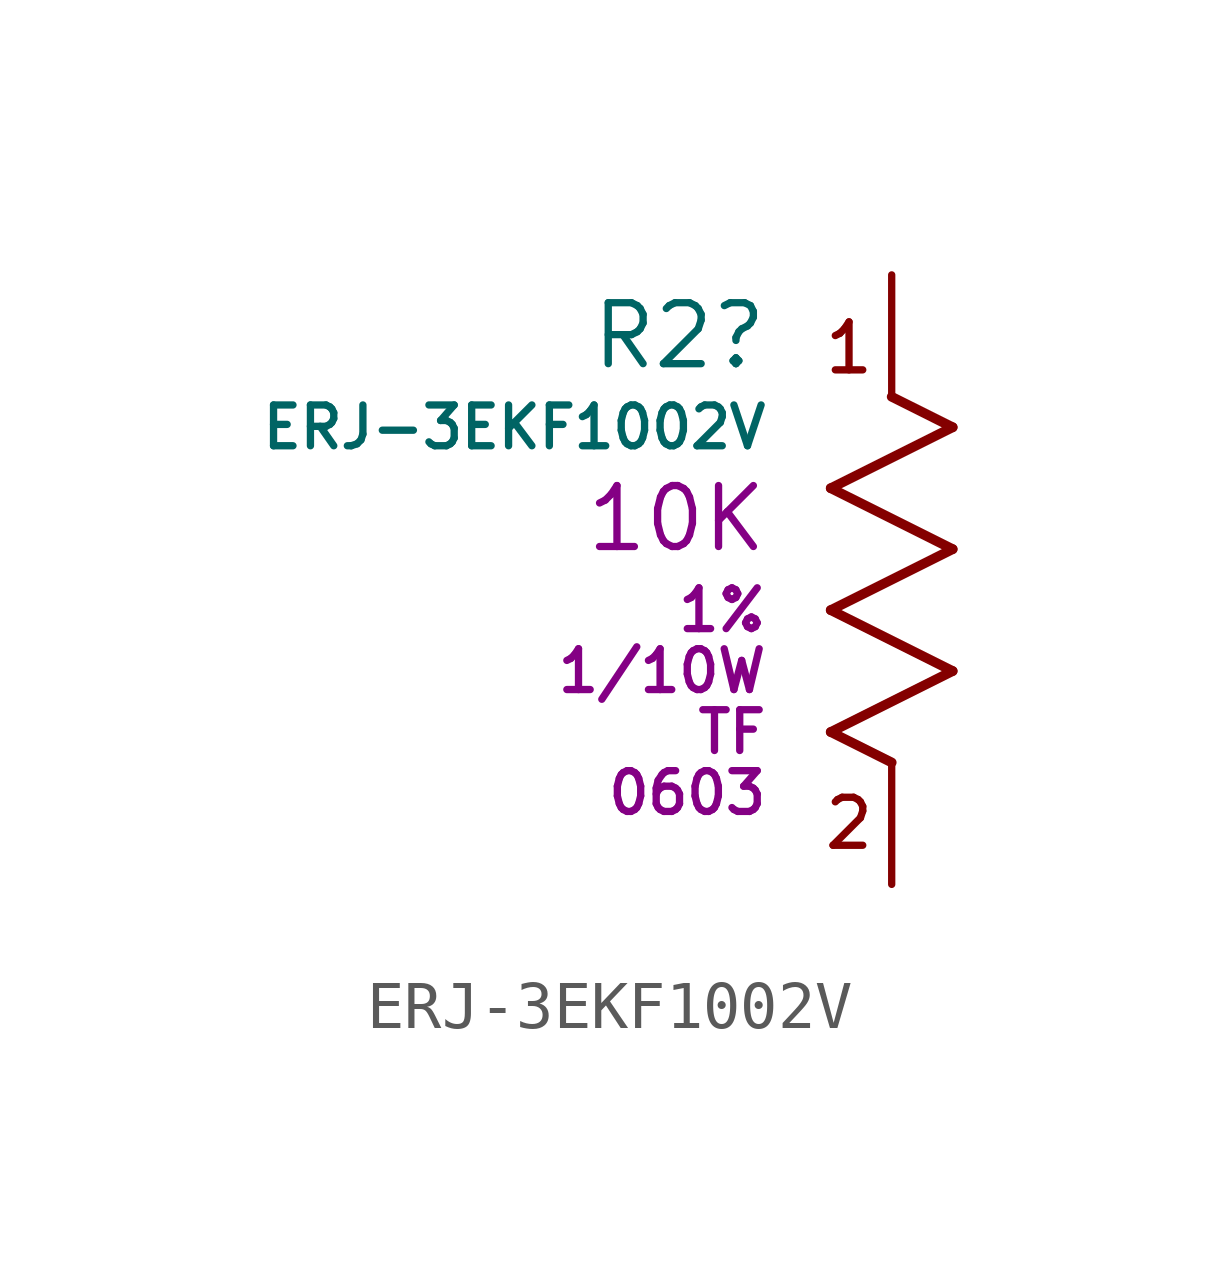
<source format=kicad_sym>
(kicad_symbol_lib
  (version 20211014)
  (generator kicad_symbol_editor)
  (symbol "ERJ-3EKF1002V"
    (pin_numbers hide)
    (pin_names
      (offset -2.54) hide)
    (property "Reference" "R2"
      (at -2.54 -1.27 0)
      (effects (font (size 1.27 1.27)) (justify right)))
    (property "Value" "ERJ-3EKF1002V"
      (at -2.54 -3.175 0)
      (effects (font (size 0.85 0.85)) (justify right)))
    (property "Resistance" "10K"
      (at -2.54 -5.08 0)
      (effects (font (size 1.27 1.27)) (justify right)))
    (property "Tolerance" "1%"
      (at -2.54 -6.985 0)
      (effects (font (size 0.85 0.85)) (justify right)))
    (property "Power Dissipation" "1/10W"
      (at -2.54 -8.255 0)
      (effects (font (size 0.85 0.85)) (justify right)))
    (property "Type" "TF"
      (at -2.54 -9.525 0)
      (effects (font (size 0.85 0.85)) (justify right)))
    (property "Size" "0603"
      (at -2.54 -10.795 0)
      (effects (font (size 0.85 0.85)) (justify right)))
    (symbol "ERJ-3EKF1002V_0_0"
      (text "1" (at -0.889 -1.524 0) (effects (font (size 1 1))))
      (text "2" (at -0.889 -11.43 0) (effects (font (size 1 1)))))
    (symbol "ERJ-3EKF1002V_1_1"
      (polyline (pts (xy -1.27 -9.525) (xy 1.27 -8.255)) (stroke (width 0.203) (type default) (color 0 0 0 0)) (fill (type none)))
      (polyline (pts (xy -1.27 -6.985) (xy 1.27 -5.715)) (stroke (width 0.203) (type default) (color 0 0 0 0)) (fill (type none)))
      (polyline (pts (xy -1.27 -4.445) (xy 1.27 -3.175)) (stroke (width 0.203) (type default) (color 0 0 0 0)) (fill (type none)))
      (polyline (pts (xy 0 -10.16) (xy -1.27 -9.525)) (stroke (width 0.203) (type default) (color 0 0 0 0)) (fill (type none)))
      (polyline (pts (xy 1.27 -8.255) (xy -1.27 -6.985)) (stroke (width 0.203) (type default) (color 0 0 0 0)) (fill (type none)))
      (polyline (pts (xy 1.27 -5.715) (xy -1.27 -4.445)) (stroke (width 0.203) (type default) (color 0 0 0 0)) (fill (type none)))
      (polyline (pts (xy 1.27 -3.175) (xy 0 -2.54)) (stroke (width 0.203) (type default) (color 0 0 0 0)) (fill (type none)))
      (pin passive line (at 0 0 270) (length 2.54) (name "1" (effects (font (size 1.27 1.27)))) (number "1" (effects (font (size 1.27 1.27)))))
      (pin passive line (at 0 -12.7 90) (length 2.54) (name "2" (effects (font (size 1.27 1.27)))) (number "2" (effects (font (size 1.27 1.27))))))))
</source>
